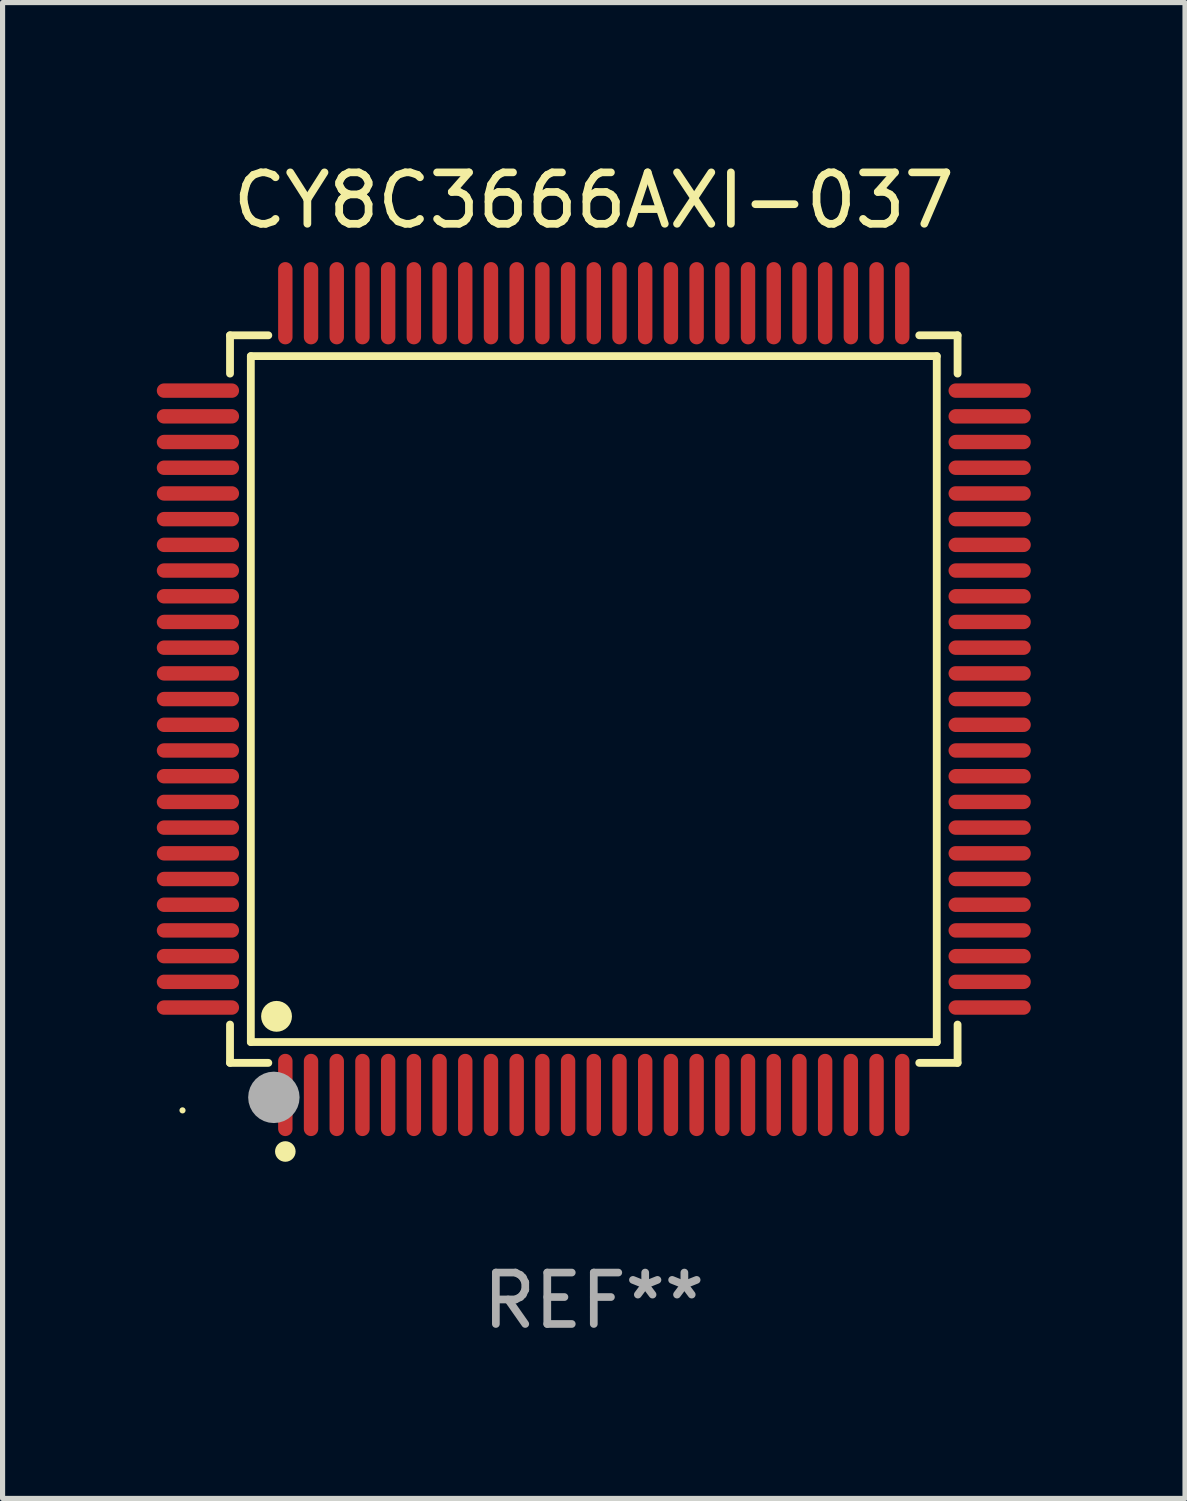
<source format=kicad_pcb>
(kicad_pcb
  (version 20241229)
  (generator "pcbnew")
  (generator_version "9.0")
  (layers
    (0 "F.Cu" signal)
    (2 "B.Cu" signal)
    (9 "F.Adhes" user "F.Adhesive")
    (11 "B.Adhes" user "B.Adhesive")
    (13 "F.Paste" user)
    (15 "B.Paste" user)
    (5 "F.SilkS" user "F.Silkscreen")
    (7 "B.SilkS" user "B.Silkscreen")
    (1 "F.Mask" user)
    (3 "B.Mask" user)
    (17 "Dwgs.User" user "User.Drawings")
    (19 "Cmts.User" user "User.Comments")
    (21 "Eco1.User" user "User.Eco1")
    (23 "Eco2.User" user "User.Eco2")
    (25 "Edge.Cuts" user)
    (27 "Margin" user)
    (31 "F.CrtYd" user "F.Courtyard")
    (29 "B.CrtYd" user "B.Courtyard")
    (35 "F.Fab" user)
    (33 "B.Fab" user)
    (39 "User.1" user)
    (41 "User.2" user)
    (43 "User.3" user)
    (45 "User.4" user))
  (footprint "CY8C3666AXI-037"
    (layer "F.Cu")
    (at 8.5 10.548)
    (property "Reference" "CY8C3666AXI-037" (at 0 -9.7 0) (layer "F.SilkS") (effects (font (size 1 1) (thickness 0.15))))
    (attr through_hole)
    (fp_line (start -7.076 -7.076) (end -6.331 -7.076) (stroke (width 0.152) (type solid)) (layer "F.SilkS"))
    (fp_line (start -7.076 -6.331) (end -7.076 -7.076) (stroke (width 0.152) (type solid)) (layer "F.SilkS"))
    (fp_line (start -7.076 6.331) (end -7.076 7.076) (stroke (width 0.152) (type solid)) (layer "F.SilkS"))
    (fp_line (start -7.076 7.076) (end -6.331 7.076) (stroke (width 0.152) (type solid)) (layer "F.SilkS"))
    (fp_line (start -6.671 -6.671) (end 6.671 -6.671) (stroke (width 0.152) (type solid)) (layer "F.SilkS"))
    (fp_line (start -6.671 6.671) (end -6.671 -6.671) (stroke (width 0.152) (type solid)) (layer "F.SilkS"))
    (fp_line (start 6.671 -6.671) (end 6.671 6.671) (stroke (width 0.152) (type solid)) (layer "F.SilkS"))
    (fp_line (start 6.671 6.671) (end -6.671 6.671) (stroke (width 0.152) (type solid)) (layer "F.SilkS"))
    (fp_line (start 7.076 -7.076) (end 6.331 -7.076) (stroke (width 0.152) (type solid)) (layer "F.SilkS"))
    (fp_line (start 7.076 -6.331) (end 7.076 -7.076) (stroke (width 0.152) (type solid)) (layer "F.SilkS"))
    (fp_line (start 7.076 6.331) (end 7.076 7.076) (stroke (width 0.152) (type solid)) (layer "F.SilkS"))
    (fp_line (start 7.076 7.076) (end 6.331 7.076) (stroke (width 0.152) (type solid)) (layer "F.SilkS"))
    (fp_circle (center -8 8) (end -7.97 8) (stroke (width 0.06) (type solid)) (fill no) (layer "F.SilkS"))
    (fp_circle (center -6.171 6.171) (end -6.021 6.171) (stroke (width 0.3) (type solid)) (fill no) (layer "F.SilkS"))
    (fp_circle (center -6 8.8) (end -5.9 8.8) (stroke (width 0.2) (type solid)) (fill no) (layer "F.SilkS"))
    (fp_circle (center -6.223 7.747) (end -5.973 7.747) (stroke (width 0.5) (type solid)) (fill no) (layer "F.Fab"))
    (fp_text user "REF**" (at 0 11.7 0) (layer "F.Fab") (effects (font (size 1 1) (thickness 0.15))))
    (pad "1" smd oval (at -6 7.7) (size 0.28 1.6) (layers "F.Cu" "F.Mask" "F.Paste"))
    (pad "2" smd oval (at -5.5 7.7) (size 0.28 1.6) (layers "F.Cu" "F.Mask" "F.Paste"))
    (pad "3" smd oval (at -5 7.7) (size 0.28 1.6) (layers "F.Cu" "F.Mask" "F.Paste"))
    (pad "4" smd oval (at -4.5 7.7) (size 0.28 1.6) (layers "F.Cu" "F.Mask" "F.Paste"))
    (pad "5" smd oval (at -4 7.7) (size 0.28 1.6) (layers "F.Cu" "F.Mask" "F.Paste"))
    (pad "6" smd oval (at -3.5 7.7) (size 0.28 1.6) (layers "F.Cu" "F.Mask" "F.Paste"))
    (pad "7" smd oval (at -3 7.7) (size 0.28 1.6) (layers "F.Cu" "F.Mask" "F.Paste"))
    (pad "8" smd oval (at -2.5 7.7) (size 0.28 1.6) (layers "F.Cu" "F.Mask" "F.Paste"))
    (pad "9" smd oval (at -2 7.7) (size 0.28 1.6) (layers "F.Cu" "F.Mask" "F.Paste"))
    (pad "10" smd oval (at -1.5 7.7) (size 0.28 1.6) (layers "F.Cu" "F.Mask" "F.Paste"))
    (pad "11" smd oval (at -1 7.7) (size 0.28 1.6) (layers "F.Cu" "F.Mask" "F.Paste"))
    (pad "12" smd oval (at -0.5 7.7) (size 0.28 1.6) (layers "F.Cu" "F.Mask" "F.Paste"))
    (pad "13" smd oval (at 0 7.7) (size 0.28 1.6) (layers "F.Cu" "F.Mask" "F.Paste"))
    (pad "14" smd oval (at 0.5 7.7) (size 0.28 1.6) (layers "F.Cu" "F.Mask" "F.Paste"))
    (pad "15" smd oval (at 1 7.7) (size 0.28 1.6) (layers "F.Cu" "F.Mask" "F.Paste"))
    (pad "16" smd oval (at 1.5 7.7) (size 0.28 1.6) (layers "F.Cu" "F.Mask" "F.Paste"))
    (pad "17" smd oval (at 2 7.7) (size 0.28 1.6) (layers "F.Cu" "F.Mask" "F.Paste"))
    (pad "18" smd oval (at 2.5 7.7) (size 0.28 1.6) (layers "F.Cu" "F.Mask" "F.Paste"))
    (pad "19" smd oval (at 3 7.7) (size 0.28 1.6) (layers "F.Cu" "F.Mask" "F.Paste"))
    (pad "20" smd oval (at 3.5 7.7) (size 0.28 1.6) (layers "F.Cu" "F.Mask" "F.Paste"))
    (pad "21" smd oval (at 4 7.7) (size 0.28 1.6) (layers "F.Cu" "F.Mask" "F.Paste"))
    (pad "22" smd oval (at 4.5 7.7) (size 0.28 1.6) (layers "F.Cu" "F.Mask" "F.Paste"))
    (pad "23" smd oval (at 5 7.7) (size 0.28 1.6) (layers "F.Cu" "F.Mask" "F.Paste"))
    (pad "24" smd oval (at 5.5 7.7) (size 0.28 1.6) (layers "F.Cu" "F.Mask" "F.Paste"))
    (pad "25" smd oval (at 6 7.7) (size 0.28 1.6) (layers "F.Cu" "F.Mask" "F.Paste"))
    (pad "26" smd oval (at 7.7 6) (size 1.6 0.28) (layers "F.Cu" "F.Mask" "F.Paste"))
    (pad "27" smd oval (at 7.7 5.5) (size 1.6 0.28) (layers "F.Cu" "F.Mask" "F.Paste"))
    (pad "28" smd oval (at 7.7 5) (size 1.6 0.28) (layers "F.Cu" "F.Mask" "F.Paste"))
    (pad "29" smd oval (at 7.7 4.5) (size 1.6 0.28) (layers "F.Cu" "F.Mask" "F.Paste"))
    (pad "30" smd oval (at 7.7 4) (size 1.6 0.28) (layers "F.Cu" "F.Mask" "F.Paste"))
    (pad "31" smd oval (at 7.7 3.5) (size 1.6 0.28) (layers "F.Cu" "F.Mask" "F.Paste"))
    (pad "32" smd oval (at 7.7 3) (size 1.6 0.28) (layers "F.Cu" "F.Mask" "F.Paste"))
    (pad "33" smd oval (at 7.7 2.5) (size 1.6 0.28) (layers "F.Cu" "F.Mask" "F.Paste"))
    (pad "34" smd oval (at 7.7 2) (size 1.6 0.28) (layers "F.Cu" "F.Mask" "F.Paste"))
    (pad "35" smd oval (at 7.7 1.5) (size 1.6 0.28) (layers "F.Cu" "F.Mask" "F.Paste"))
    (pad "36" smd oval (at 7.7 1) (size 1.6 0.28) (layers "F.Cu" "F.Mask" "F.Paste"))
    (pad "37" smd oval (at 7.7 0.5) (size 1.6 0.28) (layers "F.Cu" "F.Mask" "F.Paste"))
    (pad "38" smd oval (at 7.7 0) (size 1.6 0.28) (layers "F.Cu" "F.Mask" "F.Paste"))
    (pad "39" smd oval (at 7.7 -0.5) (size 1.6 0.28) (layers "F.Cu" "F.Mask" "F.Paste"))
    (pad "40" smd oval (at 7.7 -1) (size 1.6 0.28) (layers "F.Cu" "F.Mask" "F.Paste"))
    (pad "41" smd oval (at 7.7 -1.5) (size 1.6 0.28) (layers "F.Cu" "F.Mask" "F.Paste"))
    (pad "42" smd oval (at 7.7 -2) (size 1.6 0.28) (layers "F.Cu" "F.Mask" "F.Paste"))
    (pad "43" smd oval (at 7.7 -2.5) (size 1.6 0.28) (layers "F.Cu" "F.Mask" "F.Paste"))
    (pad "44" smd oval (at 7.7 -3) (size 1.6 0.28) (layers "F.Cu" "F.Mask" "F.Paste"))
    (pad "45" smd oval (at 7.7 -3.5) (size 1.6 0.28) (layers "F.Cu" "F.Mask" "F.Paste"))
    (pad "46" smd oval (at 7.7 -4) (size 1.6 0.28) (layers "F.Cu" "F.Mask" "F.Paste"))
    (pad "47" smd oval (at 7.7 -4.5) (size 1.6 0.28) (layers "F.Cu" "F.Mask" "F.Paste"))
    (pad "48" smd oval (at 7.7 -5) (size 1.6 0.28) (layers "F.Cu" "F.Mask" "F.Paste"))
    (pad "49" smd oval (at 7.7 -5.5) (size 1.6 0.28) (layers "F.Cu" "F.Mask" "F.Paste"))
    (pad "50" smd oval (at 7.7 -6) (size 1.6 0.28) (layers "F.Cu" "F.Mask" "F.Paste"))
    (pad "51" smd oval (at 6 -7.7) (size 0.28 1.6) (layers "F.Cu" "F.Mask" "F.Paste"))
    (pad "52" smd oval (at 5.5 -7.7) (size 0.28 1.6) (layers "F.Cu" "F.Mask" "F.Paste"))
    (pad "53" smd oval (at 5 -7.7) (size 0.28 1.6) (layers "F.Cu" "F.Mask" "F.Paste"))
    (pad "54" smd oval (at 4.5 -7.7) (size 0.28 1.6) (layers "F.Cu" "F.Mask" "F.Paste"))
    (pad "55" smd oval (at 4 -7.7) (size 0.28 1.6) (layers "F.Cu" "F.Mask" "F.Paste"))
    (pad "56" smd oval (at 3.5 -7.7) (size 0.28 1.6) (layers "F.Cu" "F.Mask" "F.Paste"))
    (pad "57" smd oval (at 3 -7.7) (size 0.28 1.6) (layers "F.Cu" "F.Mask" "F.Paste"))
    (pad "58" smd oval (at 2.5 -7.7) (size 0.28 1.6) (layers "F.Cu" "F.Mask" "F.Paste"))
    (pad "59" smd oval (at 2 -7.7) (size 0.28 1.6) (layers "F.Cu" "F.Mask" "F.Paste"))
    (pad "60" smd oval (at 1.5 -7.7) (size 0.28 1.6) (layers "F.Cu" "F.Mask" "F.Paste"))
    (pad "61" smd oval (at 1 -7.7) (size 0.28 1.6) (layers "F.Cu" "F.Mask" "F.Paste"))
    (pad "62" smd oval (at 0.5 -7.7) (size 0.28 1.6) (layers "F.Cu" "F.Mask" "F.Paste"))
    (pad "63" smd oval (at 0 -7.7) (size 0.28 1.6) (layers "F.Cu" "F.Mask" "F.Paste"))
    (pad "64" smd oval (at -0.5 -7.7) (size 0.28 1.6) (layers "F.Cu" "F.Mask" "F.Paste"))
    (pad "65" smd oval (at -1 -7.7) (size 0.28 1.6) (layers "F.Cu" "F.Mask" "F.Paste"))
    (pad "66" smd oval (at -1.5 -7.7) (size 0.28 1.6) (layers "F.Cu" "F.Mask" "F.Paste"))
    (pad "67" smd oval (at -2 -7.7) (size 0.28 1.6) (layers "F.Cu" "F.Mask" "F.Paste"))
    (pad "68" smd oval (at -2.5 -7.7) (size 0.28 1.6) (layers "F.Cu" "F.Mask" "F.Paste"))
    (pad "69" smd oval (at -3 -7.7) (size 0.28 1.6) (layers "F.Cu" "F.Mask" "F.Paste"))
    (pad "70" smd oval (at -3.5 -7.7) (size 0.28 1.6) (layers "F.Cu" "F.Mask" "F.Paste"))
    (pad "71" smd oval (at -4 -7.7) (size 0.28 1.6) (layers "F.Cu" "F.Mask" "F.Paste"))
    (pad "72" smd oval (at -4.5 -7.7) (size 0.28 1.6) (layers "F.Cu" "F.Mask" "F.Paste"))
    (pad "73" smd oval (at -5 -7.7) (size 0.28 1.6) (layers "F.Cu" "F.Mask" "F.Paste"))
    (pad "74" smd oval (at -5.5 -7.7) (size 0.28 1.6) (layers "F.Cu" "F.Mask" "F.Paste"))
    (pad "75" smd oval (at -6 -7.7) (size 0.28 1.6) (layers "F.Cu" "F.Mask" "F.Paste"))
    (pad "76" smd oval (at -7.7 -6) (size 1.6 0.28) (layers "F.Cu" "F.Mask" "F.Paste"))
    (pad "77" smd oval (at -7.7 -5.5) (size 1.6 0.28) (layers "F.Cu" "F.Mask" "F.Paste"))
    (pad "78" smd oval (at -7.7 -5) (size 1.6 0.28) (layers "F.Cu" "F.Mask" "F.Paste"))
    (pad "79" smd oval (at -7.7 -4.5) (size 1.6 0.28) (layers "F.Cu" "F.Mask" "F.Paste"))
    (pad "80" smd oval (at -7.7 -4) (size 1.6 0.28) (layers "F.Cu" "F.Mask" "F.Paste"))
    (pad "81" smd oval (at -7.7 -3.5) (size 1.6 0.28) (layers "F.Cu" "F.Mask" "F.Paste"))
    (pad "82" smd oval (at -7.7 -3) (size 1.6 0.28) (layers "F.Cu" "F.Mask" "F.Paste"))
    (pad "83" smd oval (at -7.7 -2.5) (size 1.6 0.28) (layers "F.Cu" "F.Mask" "F.Paste"))
    (pad "84" smd oval (at -7.7 -2) (size 1.6 0.28) (layers "F.Cu" "F.Mask" "F.Paste"))
    (pad "85" smd oval (at -7.7 -1.5) (size 1.6 0.28) (layers "F.Cu" "F.Mask" "F.Paste"))
    (pad "86" smd oval (at -7.7 -1) (size 1.6 0.28) (layers "F.Cu" "F.Mask" "F.Paste"))
    (pad "87" smd oval (at -7.7 -0.5) (size 1.6 0.28) (layers "F.Cu" "F.Mask" "F.Paste"))
    (pad "88" smd oval (at -7.7 0) (size 1.6 0.28) (layers "F.Cu" "F.Mask" "F.Paste"))
    (pad "89" smd oval (at -7.7 0.5) (size 1.6 0.28) (layers "F.Cu" "F.Mask" "F.Paste"))
    (pad "90" smd oval (at -7.7 1) (size 1.6 0.28) (layers "F.Cu" "F.Mask" "F.Paste"))
    (pad "91" smd oval (at -7.7 1.5) (size 1.6 0.28) (layers "F.Cu" "F.Mask" "F.Paste"))
    (pad "92" smd oval (at -7.7 2) (size 1.6 0.28) (layers "F.Cu" "F.Mask" "F.Paste"))
    (pad "93" smd oval (at -7.7 2.5) (size 1.6 0.28) (layers "F.Cu" "F.Mask" "F.Paste"))
    (pad "94" smd oval (at -7.7 3) (size 1.6 0.28) (layers "F.Cu" "F.Mask" "F.Paste"))
    (pad "95" smd oval (at -7.7 3.5) (size 1.6 0.28) (layers "F.Cu" "F.Mask" "F.Paste"))
    (pad "96" smd oval (at -7.7 4) (size 1.6 0.28) (layers "F.Cu" "F.Mask" "F.Paste"))
    (pad "97" smd oval (at -7.7 4.5) (size 1.6 0.28) (layers "F.Cu" "F.Mask" "F.Paste"))
    (pad "98" smd oval (at -7.7 5) (size 1.6 0.28) (layers "F.Cu" "F.Mask" "F.Paste"))
    (pad "99" smd oval (at -7.7 5.5) (size 1.6 0.28) (layers "F.Cu" "F.Mask" "F.Paste"))
    (pad "100" smd oval (at -7.7 6) (size 1.6 0.28) (layers "F.Cu" "F.Mask" "F.Paste")))
  (gr_rect
    (start -3 -3)
    (end 20 26.097)
    (stroke (width 0.1) (type default))
    (fill no)
    (layer "Edge.Cuts")))
</source>
